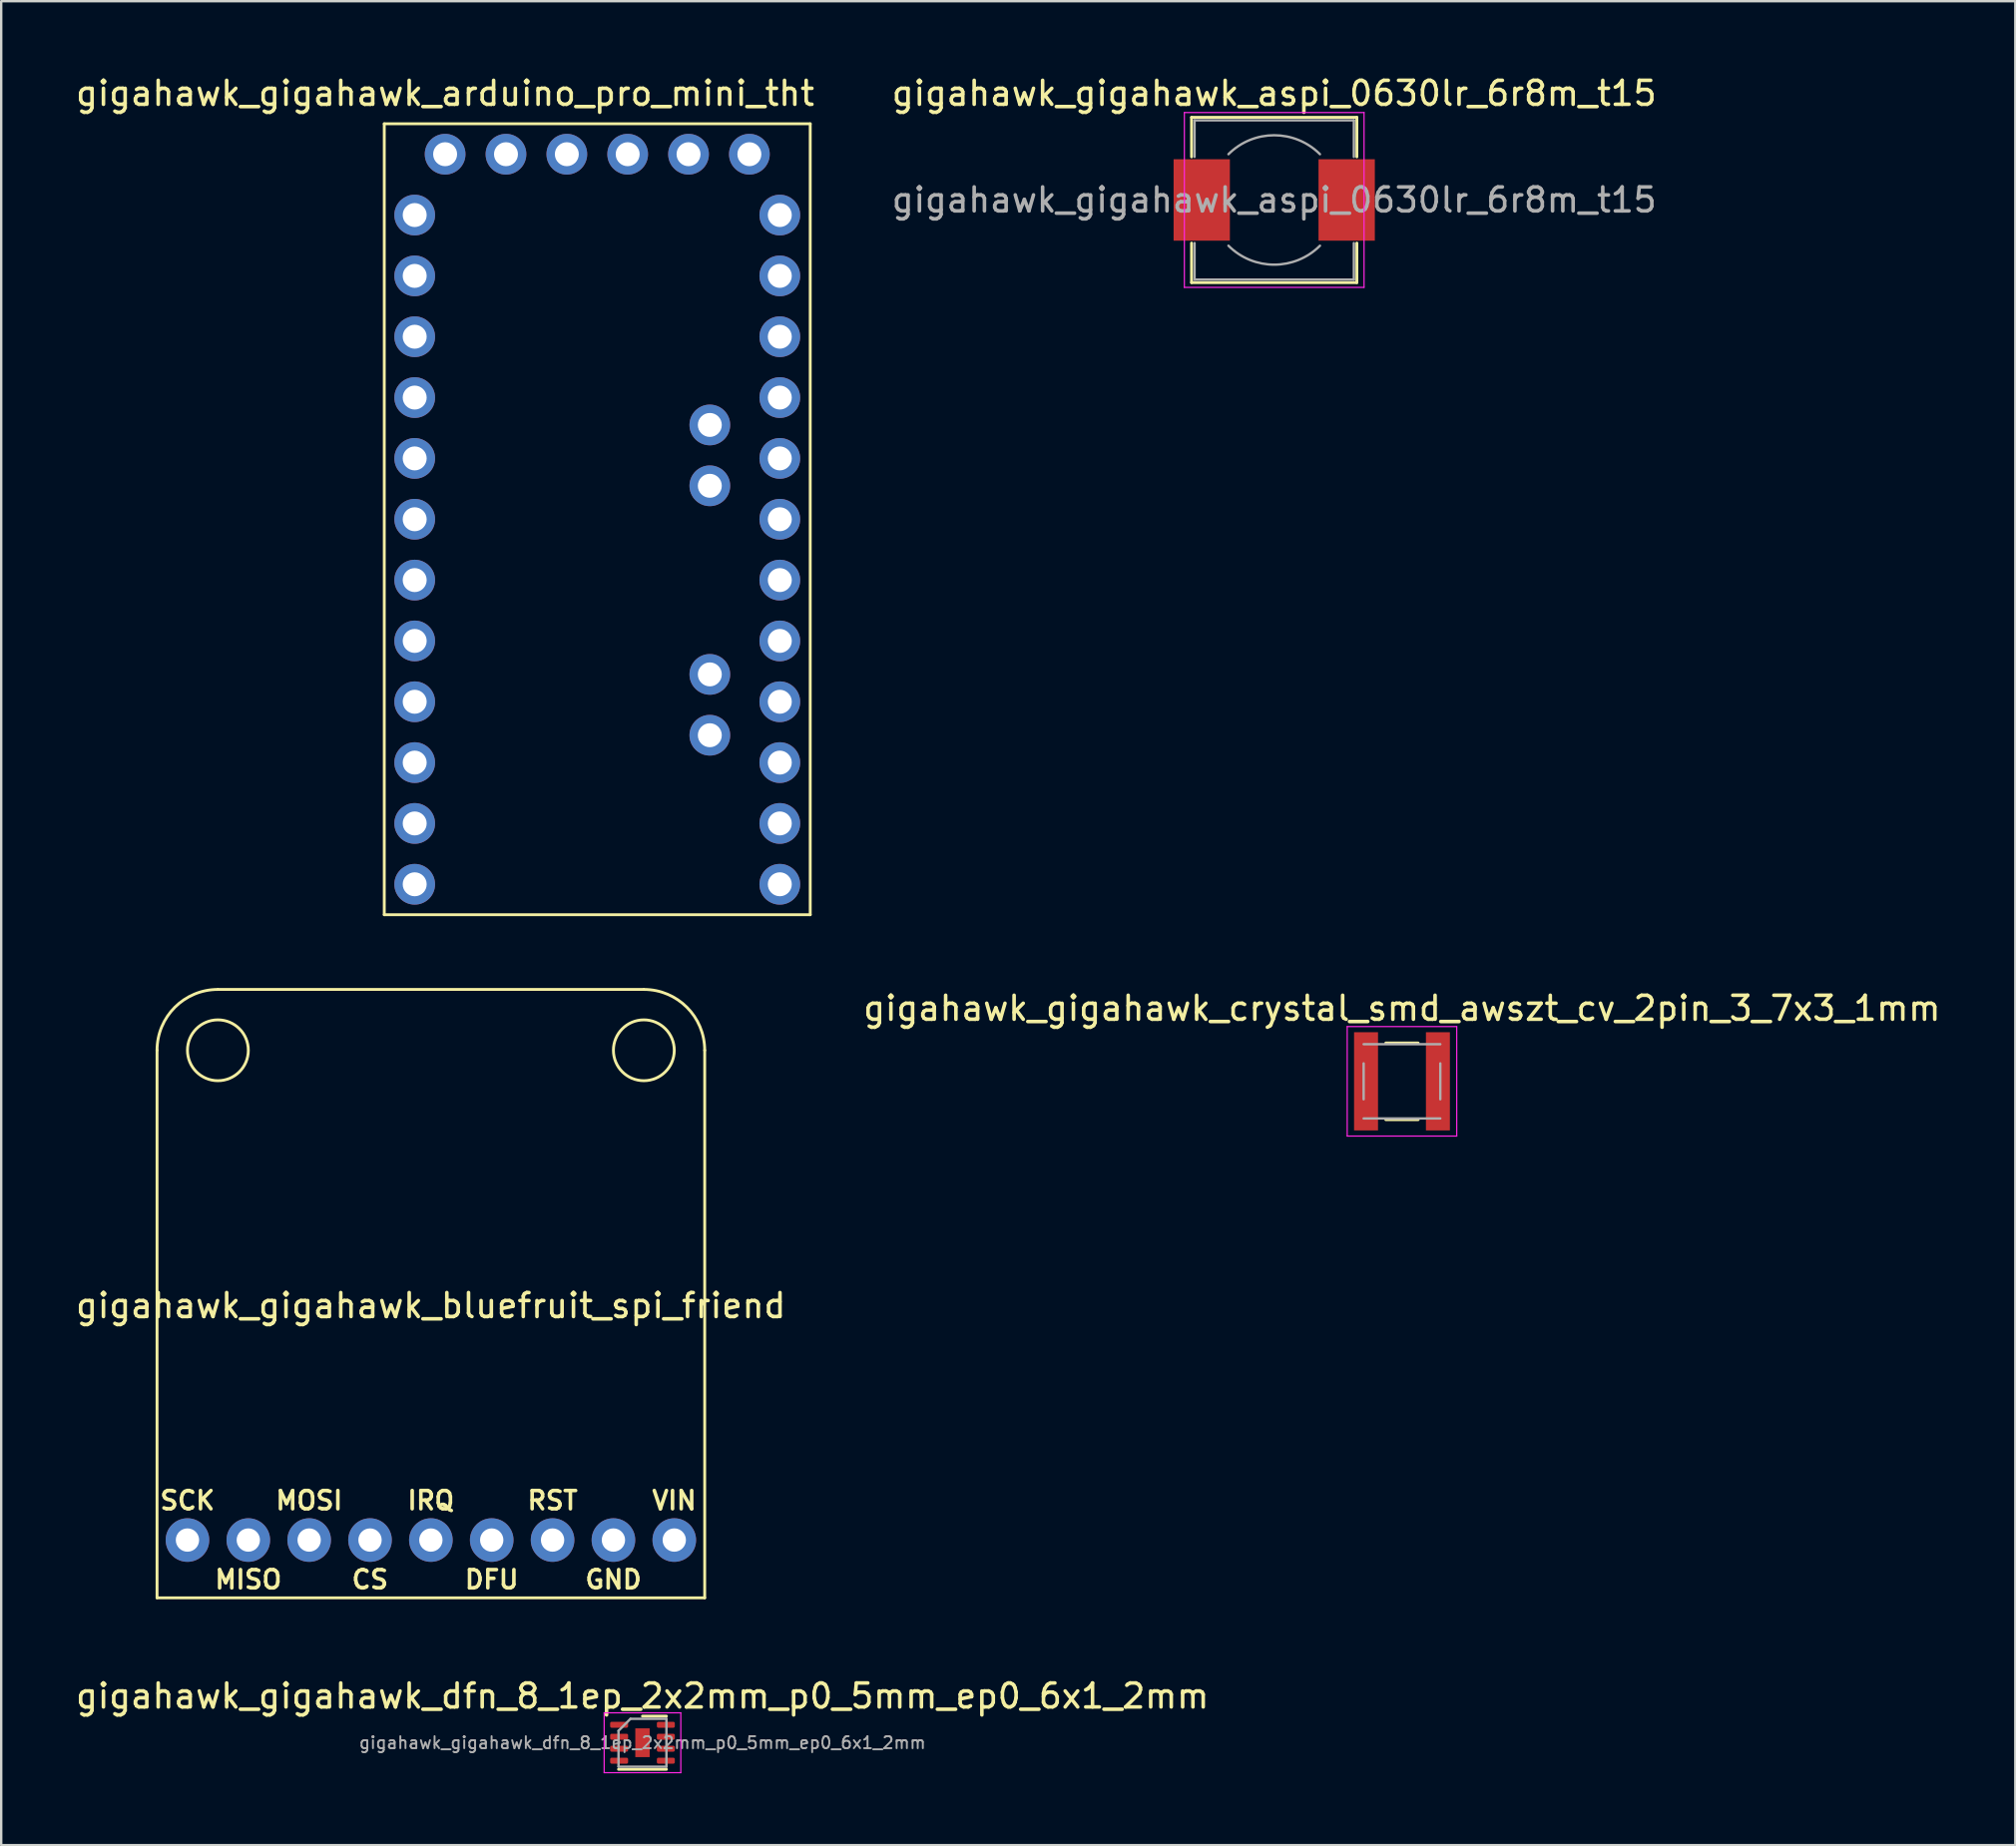
<source format=kicad_pcb>
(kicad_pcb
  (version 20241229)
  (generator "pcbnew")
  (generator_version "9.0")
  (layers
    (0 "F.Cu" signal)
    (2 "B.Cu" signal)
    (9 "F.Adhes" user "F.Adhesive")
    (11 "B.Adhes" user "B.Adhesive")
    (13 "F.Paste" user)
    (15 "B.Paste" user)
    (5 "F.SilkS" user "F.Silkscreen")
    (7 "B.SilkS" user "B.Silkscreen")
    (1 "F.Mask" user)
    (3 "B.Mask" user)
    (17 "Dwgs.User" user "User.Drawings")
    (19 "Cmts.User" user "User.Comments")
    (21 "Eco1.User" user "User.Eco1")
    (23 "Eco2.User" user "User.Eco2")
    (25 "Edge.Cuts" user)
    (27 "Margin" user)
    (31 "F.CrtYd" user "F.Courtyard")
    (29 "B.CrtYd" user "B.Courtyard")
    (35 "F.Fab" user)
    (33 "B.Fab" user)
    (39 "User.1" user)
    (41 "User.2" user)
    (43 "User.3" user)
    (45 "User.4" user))
  (footprint "gigahawk_gigahawk_arduino_pro_mini_tht"
    (layer "F.Cu")
    (at 14.26 5.928)
    (property "Reference" "gigahawk_gigahawk_arduino_pro_mini_tht" (at 1.27 -5.08 0) (layer "F.SilkS") (effects (font (size 1 1) (thickness 0.15))))
    (attr through_hole)
    (fp_line (start -1.27 -3.81) (end 16.51 -3.81) (stroke (width 0.12) (type solid)) (layer "F.SilkS"))
    (fp_line (start -1.27 29.21) (end -1.27 -3.81) (stroke (width 0.12) (type solid)) (layer "F.SilkS"))
    (fp_line (start 16.51 -3.81) (end 16.51 29.21) (stroke (width 0.12) (type solid)) (layer "F.SilkS"))
    (fp_line (start 16.51 29.21) (end -1.27 29.21) (stroke (width 0.12) (type solid)) (layer "F.SilkS"))
    (pad "1" thru_hole circle (at 0 0) (size 1.7 1.7) (drill 1) (layers "*.Cu" "*.Mask"))
    (pad "2" thru_hole circle (at 0 2.54) (size 1.7 1.7) (drill 1) (layers "*.Cu" "*.Mask"))
    (pad "3" thru_hole circle (at 0 5.08) (size 1.7 1.7) (drill 1) (layers "*.Cu" "*.Mask"))
    (pad "4" thru_hole circle (at 0 7.62) (size 1.7 1.7) (drill 1) (layers "*.Cu" "*.Mask"))
    (pad "5" thru_hole circle (at 0 10.16) (size 1.7 1.7) (drill 1) (layers "*.Cu" "*.Mask"))
    (pad "6" thru_hole circle (at 0 12.7) (size 1.7 1.7) (drill 1) (layers "*.Cu" "*.Mask"))
    (pad "7" thru_hole circle (at 0 15.24) (size 1.7 1.7) (drill 1) (layers "*.Cu" "*.Mask"))
    (pad "8" thru_hole circle (at 0 17.78) (size 1.7 1.7) (drill 1) (layers "*.Cu" "*.Mask"))
    (pad "9" thru_hole circle (at 0 20.32) (size 1.7 1.7) (drill 1) (layers "*.Cu" "*.Mask"))
    (pad "10" thru_hole circle (at 0 22.86) (size 1.7 1.7) (drill 1) (layers "*.Cu" "*.Mask"))
    (pad "11" thru_hole circle (at 0 25.4) (size 1.7 1.7) (drill 1) (layers "*.Cu" "*.Mask"))
    (pad "12" thru_hole circle (at 0 27.94) (size 1.7 1.7) (drill 1) (layers "*.Cu" "*.Mask"))
    (pad "13" thru_hole circle (at 15.24 27.94) (size 1.7 1.7) (drill 1) (layers "*.Cu" "*.Mask"))
    (pad "14" thru_hole circle (at 15.24 25.4) (size 1.7 1.7) (drill 1) (layers "*.Cu" "*.Mask"))
    (pad "15" thru_hole circle (at 15.24 22.86) (size 1.7 1.7) (drill 1) (layers "*.Cu" "*.Mask"))
    (pad "16" thru_hole circle (at 15.24 20.32) (size 1.7 1.7) (drill 1) (layers "*.Cu" "*.Mask"))
    (pad "17" thru_hole circle (at 15.24 17.78) (size 1.7 1.7) (drill 1) (layers "*.Cu" "*.Mask"))
    (pad "18" thru_hole circle (at 15.24 15.24) (size 1.7 1.7) (drill 1) (layers "*.Cu" "*.Mask"))
    (pad "19" thru_hole circle (at 15.24 12.7) (size 1.7 1.7) (drill 1) (layers "*.Cu" "*.Mask"))
    (pad "20" thru_hole circle (at 15.24 10.16) (size 1.7 1.7) (drill 1) (layers "*.Cu" "*.Mask"))
    (pad "21" thru_hole circle (at 15.24 7.62) (size 1.7 1.7) (drill 1) (layers "*.Cu" "*.Mask"))
    (pad "22" thru_hole circle (at 15.24 5.08) (size 1.7 1.7) (drill 1) (layers "*.Cu" "*.Mask"))
    (pad "23" thru_hole circle (at 15.24 2.54) (size 1.7 1.7) (drill 1) (layers "*.Cu" "*.Mask"))
    (pad "24" thru_hole circle (at 15.24 0) (size 1.7 1.7) (drill 1) (layers "*.Cu" "*.Mask"))
    (pad "25" thru_hole circle (at 13.97 -2.54) (size 1.7 1.7) (drill 1) (layers "*.Cu" "*.Mask"))
    (pad "26" thru_hole circle (at 11.43 -2.54) (size 1.7 1.7) (drill 1) (layers "*.Cu" "*.Mask"))
    (pad "27" thru_hole circle (at 8.89 -2.54) (size 1.7 1.7) (drill 1) (layers "*.Cu" "*.Mask"))
    (pad "28" thru_hole circle (at 6.35 -2.54) (size 1.7 1.7) (drill 1) (layers "*.Cu" "*.Mask"))
    (pad "29" thru_hole circle (at 3.81 -2.54) (size 1.7 1.7) (drill 1) (layers "*.Cu" "*.Mask"))
    (pad "30" thru_hole circle (at 1.27 -2.54) (size 1.7 1.7) (drill 1) (layers "*.Cu" "*.Mask"))
    (pad "31" thru_hole circle (at 12.319 21.717) (size 1.7 1.7) (drill 1) (layers "*.Cu" "*.Mask"))
    (pad "32" thru_hole circle (at 12.319 19.177) (size 1.7 1.7) (drill 1) (layers "*.Cu" "*.Mask"))
    (pad "33" thru_hole circle (at 12.319 11.303) (size 1.7 1.7) (drill 1) (layers "*.Cu" "*.Mask"))
    (pad "34" thru_hole circle (at 12.319 8.763) (size 1.7 1.7) (drill 1) (layers "*.Cu" "*.Mask")))
  (footprint "gigahawk_gigahawk_aspi_0630lr_6r8m_t15"
    (layer "F.Cu")
    (at 50.137 5.298)
    (property "Reference" "gigahawk_gigahawk_aspi_0630lr_6r8m_t15" (at 0 -4.45 0) (layer "F.SilkS") (effects (font (size 1 1) (thickness 0.15))))
    (attr smd)
    (fp_line (start -3.45 -3.45) (end 3.45 -3.45) (stroke (width 0.12) (type solid)) (layer "F.SilkS"))
    (fp_line (start -3.45 -1.8) (end -3.45 -3.45) (stroke (width 0.12) (type solid)) (layer "F.SilkS"))
    (fp_line (start -3.45 3.45) (end -3.45 1.8) (stroke (width 0.12) (type solid)) (layer "F.SilkS"))
    (fp_line (start 3.45 -3.45) (end 3.45 -1.8) (stroke (width 0.12) (type solid)) (layer "F.SilkS"))
    (fp_line (start 3.45 1.8) (end 3.45 3.45) (stroke (width 0.12) (type solid)) (layer "F.SilkS"))
    (fp_line (start 3.45 3.45) (end -3.45 3.45) (stroke (width 0.12) (type solid)) (layer "F.SilkS"))
    (fp_line (start -3.75 -3.65) (end -3.75 3.65) (stroke (width 0.05) (type solid)) (layer "F.CrtYd"))
    (fp_line (start -3.75 3.65) (end 3.75 3.65) (stroke (width 0.05) (type solid)) (layer "F.CrtYd"))
    (fp_line (start 3.75 -3.65) (end -3.75 -3.65) (stroke (width 0.05) (type solid)) (layer "F.CrtYd"))
    (fp_line (start 3.75 3.65) (end 3.75 -3.65) (stroke (width 0.05) (type solid)) (layer "F.CrtYd"))
    (fp_line (start -3.325 -3.325) (end -3.325 -1.8) (stroke (width 0.1) (type solid)) (layer "F.Fab"))
    (fp_line (start -3.325 -3.325) (end 3.325 -3.325) (stroke (width 0.1) (type solid)) (layer "F.Fab"))
    (fp_line (start -3.325 3.325) (end -3.325 1.8) (stroke (width 0.1) (type solid)) (layer "F.Fab"))
    (fp_line (start -3.325 3.325) (end 3.325 3.325) (stroke (width 0.1) (type solid)) (layer "F.Fab"))
    (fp_line (start 3.325 -3.325) (end 3.325 -1.8) (stroke (width 0.1) (type solid)) (layer "F.Fab"))
    (fp_line (start 3.325 3.325) (end 3.325 1.8) (stroke (width 0.1) (type solid)) (layer "F.Fab"))
    (fp_arc (start -1.91 -1.91) (mid 0 -2.701148) (end 1.91 -1.91) (stroke (width 0.1) (type solid)) (layer "F.Fab"))
    (fp_arc (start 1.91 1.91) (mid 0 2.701148) (end -1.91 1.91) (stroke (width 0.1) (type solid)) (layer "F.Fab"))
    (fp_text user "${REFERENCE}" (at 0 0 0) (layer "F.Fab") (effects (font (size 1 1) (thickness 0.15))))
    (pad "1" smd rect (at -3.025 0) (size 2.35 3.4) (layers "F.Cu" "F.Mask" "F.Paste"))
    (pad "2" smd rect (at 3.025 0) (size 2.35 3.4) (layers "F.Cu" "F.Mask" "F.Paste")))
  (footprint "gigahawk_gigahawk_crystal_smd_awszt_cv_2pin_3_7x3_1mm"
    (layer "F.Cu")
    (at 55.47 42.094)
    (property "Reference" "gigahawk_gigahawk_crystal_smd_awszt_cv_2pin_3_7x3_1mm" (at 0 -3.048 0) (layer "F.SilkS") (effects (font (size 1 1) (thickness 0.15))))
    (attr smd)
    (fp_line (start -0.675 -1.6) (end 0.675 -1.6) (stroke (width 0.12) (type solid)) (layer "F.SilkS"))
    (fp_line (start -0.675 1.6) (end 0.675 1.6) (stroke (width 0.12) (type solid)) (layer "F.SilkS"))
    (fp_line (start -2.286 -2.286) (end -2.286 2.286) (stroke (width 0.05) (type solid)) (layer "F.CrtYd"))
    (fp_line (start -2.286 -2.286) (end 2.286 -2.286) (stroke (width 0.05) (type solid)) (layer "F.CrtYd"))
    (fp_line (start -2.286 2.286) (end 2.286 2.286) (stroke (width 0.05) (type solid)) (layer "F.CrtYd"))
    (fp_line (start 2.286 -2.286) (end 2.286 2.286) (stroke (width 0.05) (type solid)) (layer "F.CrtYd"))
    (fp_line (start -1.6 -1.55) (end 1.6 -1.55) (stroke (width 0.1) (type solid)) (layer "F.Fab"))
    (fp_line (start -1.6 -0.75) (end -1.6 0.75) (stroke (width 0.1) (type solid)) (layer "F.Fab"))
    (fp_line (start -1.6 1.55) (end 1.6 1.55) (stroke (width 0.1) (type solid)) (layer "F.Fab"))
    (fp_line (start 1.6 -0.75) (end 1.6 0.75) (stroke (width 0.1) (type solid)) (layer "F.Fab"))
    (pad "1" smd rect (at 1.5 0) (size 1 4.1) (layers "F.Cu" "F.Mask" "F.Paste"))
    (pad "2" smd rect (at -1.5 0) (size 1 4.1) (layers "F.Cu" "F.Mask" "F.Paste")))
  (footprint "gigahawk_gigahawk_bluefruit_spi_friend"
    (layer "F.Cu")
    (at 14.935 63.658)
    (property "Reference" "gigahawk_gigahawk_bluefruit_spi_friend" (at 0 -12.2 0) (layer "F.SilkS") (effects (font (size 1 1) (thickness 0.15))))
    (attr through_hole)
    (fp_line (start -11.43 0) (end -11.43 -22.86) (stroke (width 0.12) (type solid)) (layer "F.SilkS"))
    (fp_line (start -11.43 0) (end 11.43 0) (stroke (width 0.12) (type solid)) (layer "F.SilkS"))
    (fp_line (start -8.89 -25.4) (end 8.89 -25.4) (stroke (width 0.12) (type solid)) (layer "F.SilkS"))
    (fp_line (start 11.43 0) (end 11.43 -22.86) (stroke (width 0.12) (type solid)) (layer "F.SilkS"))
    (fp_arc (start -11.43 -22.86) (mid -10.686051 -24.656051) (end -8.89 -25.4) (stroke (width 0.12) (type solid)) (layer "F.SilkS"))
    (fp_arc (start 8.89 -25.4) (mid 10.686051 -24.656051) (end 11.43 -22.86) (stroke (width 0.12) (type solid)) (layer "F.SilkS"))
    (fp_circle (center -8.89 -22.86) (end -7.62 -22.86) (stroke (width 0.12) (type solid)) (fill no) (layer "F.SilkS"))
    (fp_circle (center 8.89 -22.86) (end 10.16 -22.86) (stroke (width 0.12) (type solid)) (fill no) (layer "F.SilkS"))
    (fp_text user "IRQ" (at 0 -4.064 0) (layer "F.SilkS") (effects (font (size 0.762 0.762) (thickness 0.15))))
    (fp_text user "MOSI" (at -5.08 -4.064 0) (layer "F.SilkS") (effects (font (size 0.762 0.762) (thickness 0.15))))
    (fp_text user "CS" (at -2.54 -0.762 0) (layer "F.SilkS") (effects (font (size 0.762 0.762) (thickness 0.15))))
    (fp_text user "VIN" (at 10.16 -4.064 0) (layer "F.SilkS") (effects (font (size 0.762 0.762) (thickness 0.15))))
    (fp_text user "RST" (at 5.08 -4.064 0) (layer "F.SilkS") (effects (font (size 0.762 0.762) (thickness 0.15))))
    (fp_text user "MISO" (at -7.62 -0.762 0) (layer "F.SilkS") (effects (font (size 0.762 0.762) (thickness 0.15))))
    (fp_text user "DFU" (at 2.54 -0.762 0) (layer "F.SilkS") (effects (font (size 0.762 0.762) (thickness 0.15))))
    (fp_text user "GND" (at 7.62 -0.762 0) (layer "F.SilkS") (effects (font (size 0.762 0.762) (thickness 0.15))))
    (fp_text user "SCK" (at -10.16 -4.064 0) (layer "F.SilkS") (effects (font (size 0.762 0.762) (thickness 0.15))))
    (pad "1" thru_hole circle (at -10.16 -2.413) (size 1.82 1.82) (drill 0.974) (layers "*.Cu" "*.Mask"))
    (pad "2" thru_hole circle (at -7.62 -2.413) (size 1.82 1.82) (drill 0.974) (layers "*.Cu" "*.Mask"))
    (pad "3" thru_hole circle (at -5.08 -2.413) (size 1.82 1.82) (drill 0.974) (layers "*.Cu" "*.Mask"))
    (pad "4" thru_hole circle (at -2.54 -2.413) (size 1.82 1.82) (drill 0.974) (layers "*.Cu" "*.Mask"))
    (pad "5" thru_hole circle (at 0 -2.413) (size 1.82 1.82) (drill 0.974) (layers "*.Cu" "*.Mask"))
    (pad "6" thru_hole circle (at 2.54 -2.413) (size 1.82 1.82) (drill 0.974) (layers "*.Cu" "*.Mask"))
    (pad "7" thru_hole circle (at 5.08 -2.413) (size 1.82 1.82) (drill 0.974) (layers "*.Cu" "*.Mask"))
    (pad "8" thru_hole circle (at 7.62 -2.413) (size 1.82 1.82) (drill 0.974) (layers "*.Cu" "*.Mask"))
    (pad "9" thru_hole circle (at 10.16 -2.413) (size 1.82 1.82) (drill 0.974) (layers "*.Cu" "*.Mask")))
  (footprint "gigahawk_gigahawk_dfn_8_1ep_2x2mm_p0_5mm_ep0_6x1_2mm"
    (layer "F.Cu")
    (at 23.768 69.707)
    (property "Reference" "gigahawk_gigahawk_dfn_8_1ep_2x2mm_p0_5mm_ep0_6x1_2mm" (at 0 -1.95 0) (layer "F.SilkS") (effects (font (size 1 1) (thickness 0.15))))
    (attr smd)
    (fp_line (start -1 1.11) (end 1 1.11) (stroke (width 0.12) (type solid)) (layer "F.SilkS"))
    (fp_line (start 0 -1.11) (end 1 -1.11) (stroke (width 0.12) (type solid)) (layer "F.SilkS"))
    (fp_line (start -1.6 -1.25) (end -1.6 1.25) (stroke (width 0.05) (type solid)) (layer "F.CrtYd"))
    (fp_line (start -1.6 1.25) (end 1.6 1.25) (stroke (width 0.05) (type solid)) (layer "F.CrtYd"))
    (fp_line (start 1.6 -1.25) (end -1.6 -1.25) (stroke (width 0.05) (type solid)) (layer "F.CrtYd"))
    (fp_line (start 1.6 1.25) (end 1.6 -1.25) (stroke (width 0.05) (type solid)) (layer "F.CrtYd"))
    (fp_line (start -1 -0.5) (end -0.5 -1) (stroke (width 0.1) (type solid)) (layer "F.Fab"))
    (fp_line (start -1 1) (end -1 -0.5) (stroke (width 0.1) (type solid)) (layer "F.Fab"))
    (fp_line (start -0.5 -1) (end 1 -1) (stroke (width 0.1) (type solid)) (layer "F.Fab"))
    (fp_line (start 1 -1) (end 1 1) (stroke (width 0.1) (type solid)) (layer "F.Fab"))
    (fp_line (start 1 1) (end -1 1) (stroke (width 0.1) (type solid)) (layer "F.Fab"))
    (fp_text user "${REFERENCE}" (at 0 0 0) (layer "F.Fab") (effects (font (size 0.5 0.5) (thickness 0.08))))
    (pad "" smd roundrect (at 0 -0.3) (size 0.48 0.48) (layers "F.Paste") (roundrect_rratio 0.25))
    (pad "" smd roundrect (at 0 0.3) (size 0.48 0.48) (layers "F.Paste") (roundrect_rratio 0.25))
    (pad "1" smd roundrect (at -0.975 -0.75) (size 0.75 0.25) (layers "F.Cu" "F.Mask" "F.Paste") (roundrect_rratio 0.25))
    (pad "2" smd roundrect (at -0.975 -0.25) (size 0.75 0.25) (layers "F.Cu" "F.Mask" "F.Paste") (roundrect_rratio 0.25))
    (pad "3" smd roundrect (at -0.975 0.25) (size 0.75 0.25) (layers "F.Cu" "F.Mask" "F.Paste") (roundrect_rratio 0.25))
    (pad "4" smd roundrect (at -0.975 0.75) (size 0.75 0.25) (layers "F.Cu" "F.Mask" "F.Paste") (roundrect_rratio 0.25))
    (pad "5" smd roundrect (at 0.975 0.75) (size 0.75 0.25) (layers "F.Cu" "F.Mask" "F.Paste") (roundrect_rratio 0.25))
    (pad "6" smd roundrect (at 0.975 0.25) (size 0.75 0.25) (layers "F.Cu" "F.Mask" "F.Paste") (roundrect_rratio 0.25))
    (pad "7" smd roundrect (at 0.975 -0.25) (size 0.75 0.25) (layers "F.Cu" "F.Mask" "F.Paste") (roundrect_rratio 0.25))
    (pad "8" smd roundrect (at 0.975 -0.75) (size 0.75 0.25) (layers "F.Cu" "F.Mask" "F.Paste") (roundrect_rratio 0.25))
    (pad "9" smd rect (at 0 0) (size 0.6 1.2) (layers "F.Cu" "F.Mask")))
  (gr_rect
    (start -3 -3)
    (end 81.071 73.981)
    (stroke (width 0.1) (type default))
    (fill no)
    (layer "Edge.Cuts")))
</source>
